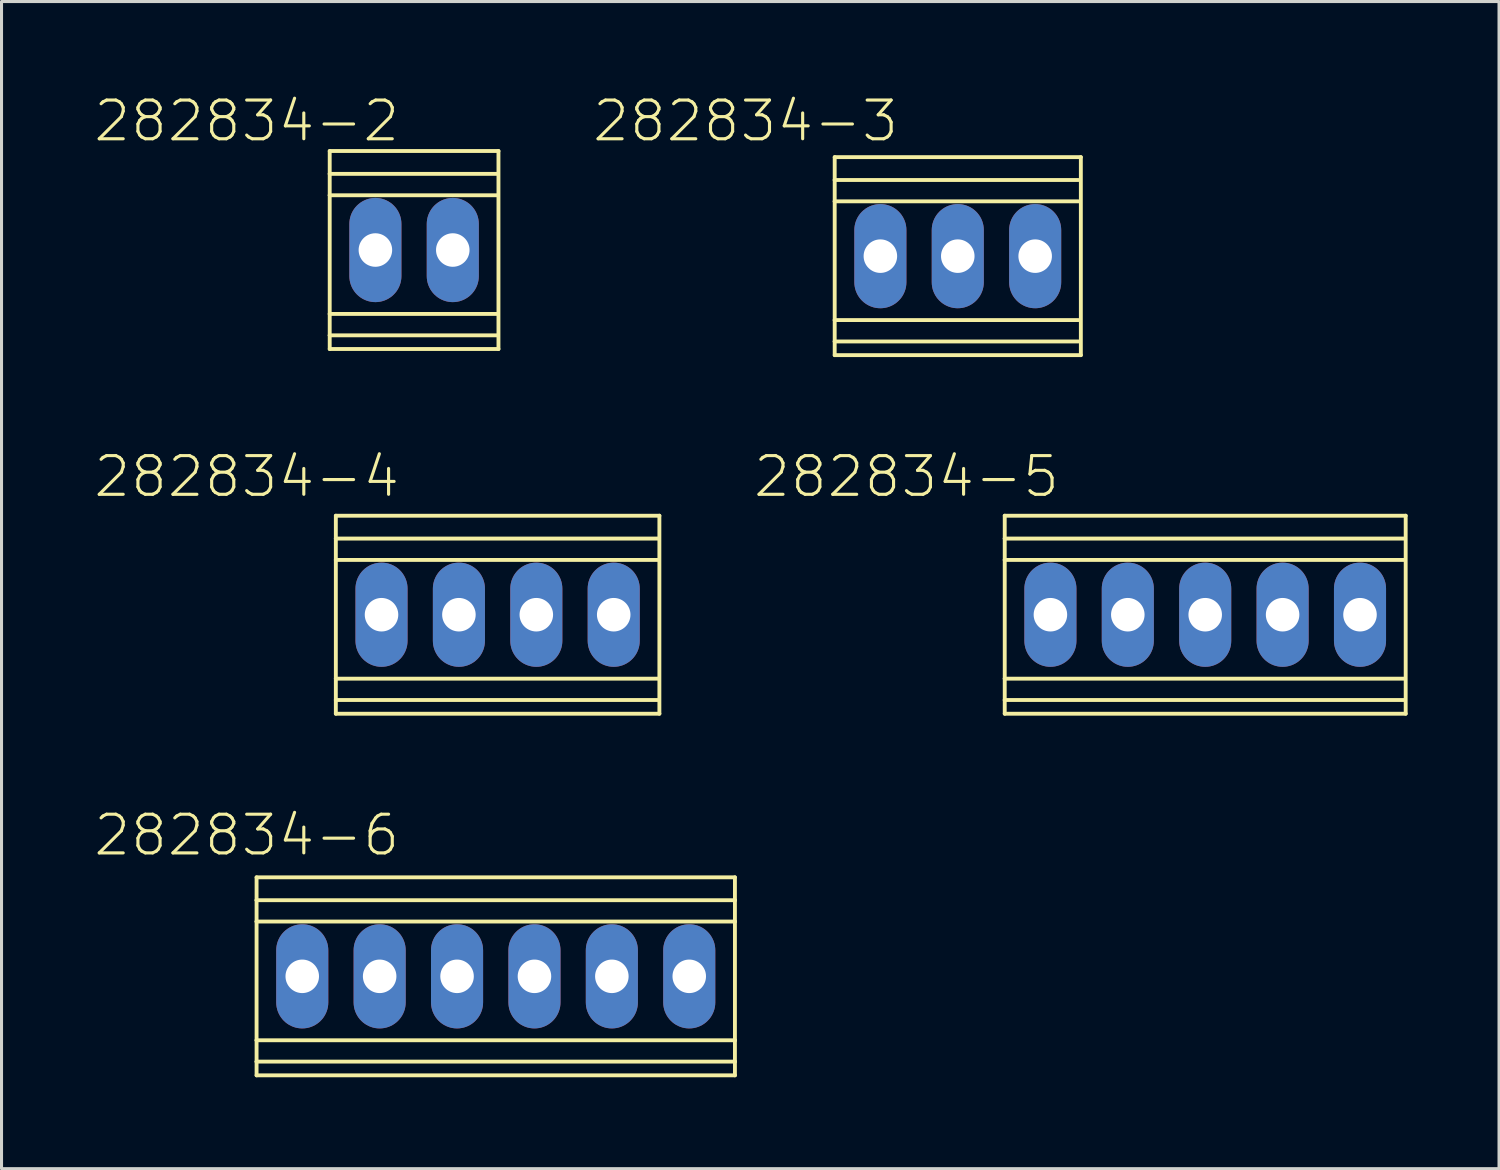
<source format=kicad_pcb>
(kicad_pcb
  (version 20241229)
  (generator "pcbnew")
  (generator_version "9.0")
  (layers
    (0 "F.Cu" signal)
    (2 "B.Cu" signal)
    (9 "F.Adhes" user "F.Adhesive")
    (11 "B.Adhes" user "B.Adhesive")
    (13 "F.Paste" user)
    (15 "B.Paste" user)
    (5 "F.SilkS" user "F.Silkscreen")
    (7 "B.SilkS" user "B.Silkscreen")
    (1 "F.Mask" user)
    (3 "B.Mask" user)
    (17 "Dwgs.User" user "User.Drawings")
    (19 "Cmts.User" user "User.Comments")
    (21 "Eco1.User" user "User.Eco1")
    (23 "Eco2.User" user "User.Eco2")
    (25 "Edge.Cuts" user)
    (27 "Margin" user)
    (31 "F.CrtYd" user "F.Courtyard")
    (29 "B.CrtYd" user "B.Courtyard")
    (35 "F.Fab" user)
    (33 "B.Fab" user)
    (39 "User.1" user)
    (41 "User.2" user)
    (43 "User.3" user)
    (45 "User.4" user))
  (footprint "282834-3"
    (layer "F.Cu")
    (at 25.841 5.356)
    (property "Reference" "282834-3" (at -4.425 -4.435 0) (layer "F.SilkS") (effects (font (size 1.27 1.27) (thickness 0.102))))
    (attr exclude_from_pos_files exclude_from_bom)
    (fp_line (start -1.499 -3.249) (end -1.499 -2.499) (stroke (width 0.127) (type solid)) (layer "F.SilkS"))
    (fp_line (start -1.499 -3.249) (end 6.579 -3.249) (stroke (width 0.127) (type solid)) (layer "F.SilkS"))
    (fp_line (start -1.499 -2.499) (end -1.499 -1.798) (stroke (width 0.127) (type solid)) (layer "F.SilkS"))
    (fp_line (start -1.499 -2.499) (end 6.5 -2.499) (stroke (width 0.127) (type solid)) (layer "F.SilkS"))
    (fp_line (start -1.499 -1.798) (end -1.499 2.098) (stroke (width 0.127) (type solid)) (layer "F.SilkS"))
    (fp_line (start -1.499 -1.798) (end 6.5 -1.798) (stroke (width 0.127) (type solid)) (layer "F.SilkS"))
    (fp_line (start -1.499 2.098) (end -1.499 2.799) (stroke (width 0.127) (type solid)) (layer "F.SilkS"))
    (fp_line (start -1.499 2.098) (end 6.5 2.098) (stroke (width 0.127) (type solid)) (layer "F.SilkS"))
    (fp_line (start -1.499 2.799) (end -1.499 3.249) (stroke (width 0.127) (type solid)) (layer "F.SilkS"))
    (fp_line (start -1.499 2.799) (end 6.5 2.799) (stroke (width 0.127) (type solid)) (layer "F.SilkS"))
    (fp_line (start -1.499 3.249) (end 6.579 3.249) (stroke (width 0.127) (type solid)) (layer "F.SilkS"))
    (fp_line (start 6.579 -3.249) (end 6.579 3.249) (stroke (width 0.127) (type solid)) (layer "F.SilkS"))
    (pad "P$1" thru_hole oval (at 0 0 180) (size 1.709 3.419) (drill 1.1) (layers "*.Cu" "*.Paste" "*.Mask"))
    (pad "P$2" thru_hole oval (at 2.54 0 180) (size 1.709 3.419) (drill 1.1) (layers "*.Cu" "*.Paste" "*.Mask"))
    (pad "P$3" thru_hole oval (at 5.08 0 180) (size 1.709 3.419) (drill 1.1) (layers "*.Cu" "*.Paste" "*.Mask")))
  (footprint "282834-4"
    (layer "F.Cu")
    (at 9.47 17.123)
    (property "Reference" "282834-4" (at -4.425 -4.534 0) (layer "F.SilkS") (effects (font (size 1.27 1.27) (thickness 0.102))))
    (attr exclude_from_pos_files exclude_from_bom)
    (fp_line (start -1.499 -3.249) (end -1.499 -2.499) (stroke (width 0.127) (type solid)) (layer "F.SilkS"))
    (fp_line (start -1.499 -3.249) (end 9.119 -3.249) (stroke (width 0.127) (type solid)) (layer "F.SilkS"))
    (fp_line (start -1.499 -2.499) (end -1.499 -1.798) (stroke (width 0.127) (type solid)) (layer "F.SilkS"))
    (fp_line (start -1.499 -2.499) (end 9.098 -2.499) (stroke (width 0.127) (type solid)) (layer "F.SilkS"))
    (fp_line (start -1.499 -1.798) (end -1.499 2.098) (stroke (width 0.127) (type solid)) (layer "F.SilkS"))
    (fp_line (start -1.499 -1.798) (end 9.098 -1.798) (stroke (width 0.127) (type solid)) (layer "F.SilkS"))
    (fp_line (start -1.499 2.098) (end -1.499 2.799) (stroke (width 0.127) (type solid)) (layer "F.SilkS"))
    (fp_line (start -1.499 2.098) (end 9.098 2.098) (stroke (width 0.127) (type solid)) (layer "F.SilkS"))
    (fp_line (start -1.499 2.799) (end -1.499 3.249) (stroke (width 0.127) (type solid)) (layer "F.SilkS"))
    (fp_line (start -1.499 2.799) (end 9.098 2.799) (stroke (width 0.127) (type solid)) (layer "F.SilkS"))
    (fp_line (start -1.499 3.249) (end 9.119 3.249) (stroke (width 0.127) (type solid)) (layer "F.SilkS"))
    (fp_line (start 9.119 -3.249) (end 9.119 3.249) (stroke (width 0.127) (type solid)) (layer "F.SilkS"))
    (pad "P$1" thru_hole oval (at 0 0 180) (size 1.709 3.419) (drill 1.1) (layers "*.Cu" "*.Paste" "*.Mask"))
    (pad "P$2" thru_hole oval (at 2.54 0 180) (size 1.709 3.419) (drill 1.1) (layers "*.Cu" "*.Paste" "*.Mask"))
    (pad "P$3" thru_hole oval (at 5.08 0 180) (size 1.709 3.419) (drill 1.1) (layers "*.Cu" "*.Paste" "*.Mask"))
    (pad "P$4" thru_hole oval (at 7.62 0 180) (size 1.709 3.419) (drill 1.1) (layers "*.Cu" "*.Paste" "*.Mask")))
  (footprint "282834-2"
    (layer "F.Cu")
    (at 9.269 5.155)
    (property "Reference" "282834-2" (at -4.224 -4.234 0) (layer "F.SilkS") (effects (font (size 1.27 1.27) (thickness 0.102))))
    (attr exclude_from_pos_files exclude_from_bom)
    (fp_line (start -1.499 -3.249) (end -1.499 -2.499) (stroke (width 0.127) (type solid)) (layer "F.SilkS"))
    (fp_line (start -1.499 -3.249) (end 4.039 -3.249) (stroke (width 0.127) (type solid)) (layer "F.SilkS"))
    (fp_line (start -1.499 -2.499) (end -1.499 -1.798) (stroke (width 0.127) (type solid)) (layer "F.SilkS"))
    (fp_line (start -1.499 -2.499) (end 3.998 -2.499) (stroke (width 0.127) (type solid)) (layer "F.SilkS"))
    (fp_line (start -1.499 -1.798) (end -1.499 2.098) (stroke (width 0.127) (type solid)) (layer "F.SilkS"))
    (fp_line (start -1.499 -1.798) (end 3.998 -1.798) (stroke (width 0.127) (type solid)) (layer "F.SilkS"))
    (fp_line (start -1.499 2.098) (end -1.499 2.799) (stroke (width 0.127) (type solid)) (layer "F.SilkS"))
    (fp_line (start -1.499 2.098) (end 3.998 2.098) (stroke (width 0.127) (type solid)) (layer "F.SilkS"))
    (fp_line (start -1.499 2.799) (end -1.499 3.249) (stroke (width 0.127) (type solid)) (layer "F.SilkS"))
    (fp_line (start -1.499 2.799) (end 3.998 2.799) (stroke (width 0.127) (type solid)) (layer "F.SilkS"))
    (fp_line (start -1.499 3.249) (end 4.039 3.249) (stroke (width 0.127) (type solid)) (layer "F.SilkS"))
    (fp_line (start 4.039 -3.249) (end 4.039 3.249) (stroke (width 0.127) (type solid)) (layer "F.SilkS"))
    (pad "P$1" thru_hole oval (at 0 0 180) (size 1.709 3.419) (drill 1.1) (layers "*.Cu" "*.Paste" "*.Mask"))
    (pad "P$2" thru_hole oval (at 2.54 0 180) (size 1.709 3.419) (drill 1.1) (layers "*.Cu" "*.Paste" "*.Mask")))
  (footprint "282834-5"
    (layer "F.Cu")
    (at 31.421 17.123)
    (property "Reference" "282834-5" (at -4.724 -4.534 0) (layer "F.SilkS") (effects (font (size 1.27 1.27) (thickness 0.102))))
    (attr exclude_from_pos_files exclude_from_bom)
    (fp_line (start -1.499 -3.249) (end -1.499 -2.499) (stroke (width 0.127) (type solid)) (layer "F.SilkS"))
    (fp_line (start -1.499 -3.249) (end 11.659 -3.249) (stroke (width 0.127) (type solid)) (layer "F.SilkS"))
    (fp_line (start -1.499 -2.499) (end -1.499 -1.798) (stroke (width 0.127) (type solid)) (layer "F.SilkS"))
    (fp_line (start -1.499 -2.499) (end 11.598 -2.499) (stroke (width 0.127) (type solid)) (layer "F.SilkS"))
    (fp_line (start -1.499 -1.798) (end -1.499 2.098) (stroke (width 0.127) (type solid)) (layer "F.SilkS"))
    (fp_line (start -1.499 -1.798) (end 11.598 -1.798) (stroke (width 0.127) (type solid)) (layer "F.SilkS"))
    (fp_line (start -1.499 2.098) (end -1.499 2.799) (stroke (width 0.127) (type solid)) (layer "F.SilkS"))
    (fp_line (start -1.499 2.098) (end 11.598 2.098) (stroke (width 0.127) (type solid)) (layer "F.SilkS"))
    (fp_line (start -1.499 2.799) (end -1.499 3.249) (stroke (width 0.127) (type solid)) (layer "F.SilkS"))
    (fp_line (start -1.499 2.799) (end 11.598 2.799) (stroke (width 0.127) (type solid)) (layer "F.SilkS"))
    (fp_line (start -1.499 3.249) (end 11.659 3.249) (stroke (width 0.127) (type solid)) (layer "F.SilkS"))
    (fp_line (start 11.659 -3.249) (end 11.659 3.249) (stroke (width 0.127) (type solid)) (layer "F.SilkS"))
    (pad "P$1" thru_hole oval (at 0 0 180) (size 1.709 3.419) (drill 1.1) (layers "*.Cu" "*.Paste" "*.Mask"))
    (pad "P$2" thru_hole oval (at 2.54 0 180) (size 1.709 3.419) (drill 1.1) (layers "*.Cu" "*.Paste" "*.Mask"))
    (pad "P$3" thru_hole oval (at 5.08 0 180) (size 1.709 3.419) (drill 1.1) (layers "*.Cu" "*.Paste" "*.Mask"))
    (pad "P$4" thru_hole oval (at 7.62 0 180) (size 1.709 3.419) (drill 1.1) (layers "*.Cu" "*.Paste" "*.Mask"))
    (pad "P$5" thru_hole oval (at 10.16 0 180) (size 1.709 3.419) (drill 1.1) (layers "*.Cu" "*.Paste" "*.Mask")))
  (footprint "282834-6"
    (layer "F.Cu")
    (at 6.869 28.99)
    (property "Reference" "282834-6" (at -1.824 -4.633 0) (layer "F.SilkS") (effects (font (size 1.27 1.27) (thickness 0.102))))
    (attr exclude_from_pos_files exclude_from_bom)
    (fp_line (start -1.499 -3.249) (end -1.499 -2.499) (stroke (width 0.127) (type solid)) (layer "F.SilkS"))
    (fp_line (start -1.499 -3.249) (end 14.199 -3.249) (stroke (width 0.127) (type solid)) (layer "F.SilkS"))
    (fp_line (start -1.499 -2.499) (end -1.499 -1.798) (stroke (width 0.127) (type solid)) (layer "F.SilkS"))
    (fp_line (start -1.499 -2.499) (end 14.199 -2.499) (stroke (width 0.127) (type solid)) (layer "F.SilkS"))
    (fp_line (start -1.499 -1.798) (end -1.499 2.098) (stroke (width 0.127) (type solid)) (layer "F.SilkS"))
    (fp_line (start -1.499 -1.798) (end 14.199 -1.798) (stroke (width 0.127) (type solid)) (layer "F.SilkS"))
    (fp_line (start -1.499 2.098) (end -1.499 2.799) (stroke (width 0.127) (type solid)) (layer "F.SilkS"))
    (fp_line (start -1.499 2.098) (end 14.199 2.098) (stroke (width 0.127) (type solid)) (layer "F.SilkS"))
    (fp_line (start -1.499 2.799) (end -1.499 3.249) (stroke (width 0.127) (type solid)) (layer "F.SilkS"))
    (fp_line (start -1.499 2.799) (end 14.199 2.799) (stroke (width 0.127) (type solid)) (layer "F.SilkS"))
    (fp_line (start -1.499 3.249) (end 14.199 3.249) (stroke (width 0.127) (type solid)) (layer "F.SilkS"))
    (fp_line (start 14.199 -3.249) (end 14.199 -2.499) (stroke (width 0.127) (type solid)) (layer "F.SilkS"))
    (fp_line (start 14.199 -2.499) (end 14.199 -1.798) (stroke (width 0.127) (type solid)) (layer "F.SilkS"))
    (fp_line (start 14.199 -1.798) (end 14.199 2.098) (stroke (width 0.127) (type solid)) (layer "F.SilkS"))
    (fp_line (start 14.199 2.098) (end 14.199 2.799) (stroke (width 0.127) (type solid)) (layer "F.SilkS"))
    (fp_line (start 14.199 2.799) (end 14.199 3.249) (stroke (width 0.127) (type solid)) (layer "F.SilkS"))
    (pad "P$1" thru_hole oval (at 0 0 180) (size 1.709 3.419) (drill 1.1) (layers "*.Cu" "*.Paste" "*.Mask"))
    (pad "P$2" thru_hole oval (at 2.54 0 180) (size 1.709 3.419) (drill 1.1) (layers "*.Cu" "*.Paste" "*.Mask"))
    (pad "P$3" thru_hole oval (at 5.08 0 180) (size 1.709 3.419) (drill 1.1) (layers "*.Cu" "*.Paste" "*.Mask"))
    (pad "P$4" thru_hole oval (at 7.62 0 180) (size 1.709 3.419) (drill 1.1) (layers "*.Cu" "*.Paste" "*.Mask"))
    (pad "P$5" thru_hole oval (at 10.16 0 180) (size 1.709 3.419) (drill 1.1) (layers "*.Cu" "*.Paste" "*.Mask"))
    (pad "P$6" thru_hole oval (at 12.7 0 180) (size 1.709 3.419) (drill 1.1) (layers "*.Cu" "*.Paste" "*.Mask")))
  (gr_rect
    (start -3 -3)
    (end 46.143 35.302)
    (stroke (width 0.1) (type default))
    (fill no)
    (layer "Edge.Cuts")))
</source>
